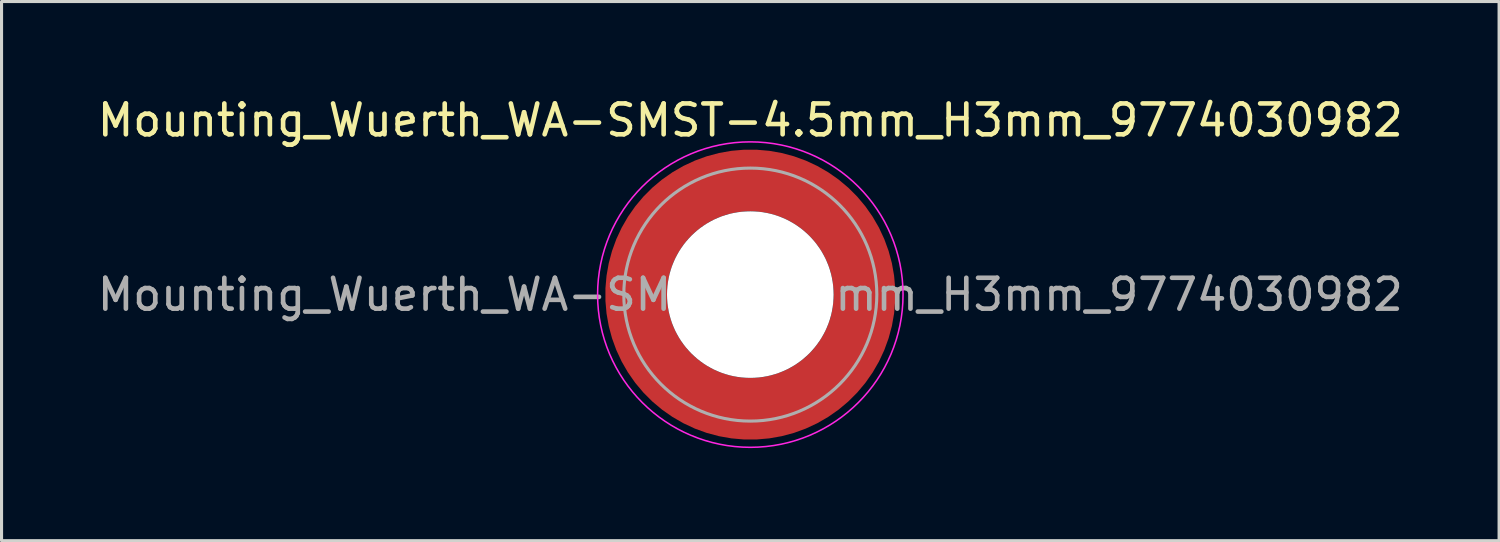
<source format=kicad_pcb>
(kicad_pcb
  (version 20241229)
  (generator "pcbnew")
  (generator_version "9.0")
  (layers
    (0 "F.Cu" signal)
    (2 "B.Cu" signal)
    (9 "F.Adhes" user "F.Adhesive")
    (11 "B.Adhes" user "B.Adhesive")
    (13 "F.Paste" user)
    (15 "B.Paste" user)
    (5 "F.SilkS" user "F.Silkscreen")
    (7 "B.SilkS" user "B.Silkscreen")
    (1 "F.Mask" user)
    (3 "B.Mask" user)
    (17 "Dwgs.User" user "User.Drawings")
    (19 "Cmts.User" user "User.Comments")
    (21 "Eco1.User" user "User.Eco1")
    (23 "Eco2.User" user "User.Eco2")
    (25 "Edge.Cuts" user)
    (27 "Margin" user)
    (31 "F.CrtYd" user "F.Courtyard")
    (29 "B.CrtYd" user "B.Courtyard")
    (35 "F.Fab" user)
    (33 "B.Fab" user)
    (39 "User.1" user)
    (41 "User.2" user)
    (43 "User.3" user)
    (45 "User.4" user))
  (footprint "Mounting_Wuerth_WA-SMST-4.5mm_H3mm_9774030982"
    (layer "F.Cu")
    (at 21.268 6.498)
    (property "Reference" "Mounting_Wuerth_WA-SMST-4.5mm_H3mm_9774030982" (at 0 -5.65 0) (layer "F.SilkS") (effects (font (size 1 1) (thickness 0.15))))
    (attr smd)
    (fp_circle (center 0 0) (end 4.95 0) (stroke (width 0.05) (type solid)) (fill no) (layer "F.CrtYd"))
    (fp_circle (center 0 0) (end 4.1 0) (stroke (width 0.1) (type solid)) (fill no) (layer "F.Fab"))
    (fp_text user "${REFERENCE}" (at 0 0 0) (layer "F.Fab") (effects (font (size 1 1) (thickness 0.15))))
    (pad "" smd custom (at -2.607 -2.607) (size 1.495 1.495) (layers "F.Paste") (options (anchor circle)) (primitives (gr_arc (start -0.188183 2.107456) (mid 0.598928 0.599619) (end 2.106494 -0.188011) (width 0.2)) (gr_arc (start -0.289416 2.107456) (mid 0.528508 0.529033) (end 2.106724 -0.28929) (width 0.2)) (gr_arc (start -0.390547 2.107456) (mid 0.457087 0.459449) (end 2.104161 -0.389996) (width 0.2)) (gr_arc (start -0.491585 2.107456) (mid 0.386415 0.389116) (end 2.103685 -0.490974) (width 0.2)) (gr_arc (start -0.59254 2.107456) (mid 0.31649 0.318035) (end 2.105297 -0.592202) (width 0.2)) (gr_arc (start -0.693419 2.107456) (mid 0.245252 0.248268) (end 2.103239 -0.692777) (width 0.2)) (gr_arc (start -0.794229 2.107456) (mid 0.174636 0.177878) (end 2.102921 -0.793559) (width 0.2)) (gr_arc (start -0.894975 2.107456) (mid 0.104643 0.106866) (end 2.104343 -0.894529) (width 0.2)) (gr_arc (start -0.995664 2.107456) (mid 0.033026 0.037479) (end 2.101219 -0.994793) (width 0.2)) (gr_arc (start -1.0963 2.107456) (mid -0.035789 -0.034714) (end 2.105949 -1.096096) (width 0.2)) (gr_arc (start -1.196886 2.107456) (mid -0.106351 -0.105157) (end 2.105783 -1.196666) (width 0.2)) (gr_arc (start -1.297427 2.107456) (mid -0.176416 -0.176097) (end 2.107009 -1.29737) (width 0.2)) (gr_arc (start -1.397927 2.107456) (mid -0.248476 -0.245042) (end 2.102638 -1.397323) (width 0.2)) (gr_arc (start -1.498388 2.107456) (mid -0.317612 -0.316913) (end 2.106475 -1.498268) (width 0.2)) (gr_arc (start -1.598813 2.107456) (mid -0.388865 -0.386665) (end 2.104366 -1.598444) (width 0.2)) (gr_arc (start -1.699204 2.107456) (mid -0.459747 -0.456787) (end 2.103299 -1.698719) (width 0.2)) (gr_arc (start -1.799565 2.107456) (mid -0.530257 -0.527283) (end 2.103277 -1.799089) (width 0.2)) (gr_arc (start -1.899896 2.107456) (mid -0.600396 -0.59815) (end 2.104299 -1.899545) (width 0.2)) (gr_arc (start -1.899896 2.107456) (mid -0.600396 -0.59815) (end 2.104299 -1.899545) (width 0.2)) (gr_line (start 2.107 -0.188) (end 2.107 -1.9) (width 0.2)) (gr_line (start -0.188 2.107) (end -1.9 2.107) (width 0.2))))
    (pad "" smd custom (at -2.607 2.607) (size 1.495 1.495) (layers "F.Paste") (options (anchor circle)) (primitives (gr_arc (start 2.107456 0.188183) (mid 0.599619 -0.598928) (end -0.188011 -2.106494) (width 0.2)) (gr_arc (start 2.107456 0.289416) (mid 0.529033 -0.528508) (end -0.28929 -2.106724) (width 0.2)) (gr_arc (start 2.107456 0.390547) (mid 0.459449 -0.457087) (end -0.389996 -2.104161) (width 0.2)) (gr_arc (start 2.107456 0.491585) (mid 0.389116 -0.386415) (end -0.490974 -2.103685) (width 0.2)) (gr_arc (start 2.107456 0.59254) (mid 0.318035 -0.31649) (end -0.592202 -2.105297) (width 0.2)) (gr_arc (start 2.107456 0.693419) (mid 0.248268 -0.245252) (end -0.692777 -2.103239) (width 0.2)) (gr_arc (start 2.107456 0.794229) (mid 0.177878 -0.174636) (end -0.793559 -2.102921) (width 0.2)) (gr_arc (start 2.107456 0.894975) (mid 0.106866 -0.104643) (end -0.894529 -2.104343) (width 0.2)) (gr_arc (start 2.107456 0.995664) (mid 0.037479 -0.033026) (end -0.994793 -2.101219) (width 0.2)) (gr_arc (start 2.107456 1.0963) (mid -0.034714 0.035789) (end -1.096096 -2.105949) (width 0.2)) (gr_arc (start 2.107456 1.196886) (mid -0.105157 0.106351) (end -1.196666 -2.105783) (width 0.2)) (gr_arc (start 2.107456 1.297427) (mid -0.176097 0.176416) (end -1.29737 -2.107009) (width 0.2)) (gr_arc (start 2.107456 1.397927) (mid -0.245042 0.248476) (end -1.397323 -2.102638) (width 0.2)) (gr_arc (start 2.107456 1.498388) (mid -0.316913 0.317612) (end -1.498268 -2.106475) (width 0.2)) (gr_arc (start 2.107456 1.598813) (mid -0.386665 0.388865) (end -1.598444 -2.104366) (width 0.2)) (gr_arc (start 2.107456 1.699204) (mid -0.456787 0.459747) (end -1.698719 -2.103299) (width 0.2)) (gr_arc (start 2.107456 1.799565) (mid -0.527283 0.530257) (end -1.799089 -2.103277) (width 0.2)) (gr_arc (start 2.107456 1.899896) (mid -0.59815 0.600396) (end -1.899545 -2.104299) (width 0.2)) (gr_arc (start 2.107456 1.899896) (mid -0.59815 0.600396) (end -1.899545 -2.104299) (width 0.2)) (gr_line (start -0.188 -2.107) (end -1.9 -2.107) (width 0.2)) (gr_line (start 2.107 0.188) (end 2.107 1.9) (width 0.2))))
    (pad "" np_thru_hole circle (at 0 0) (size 5.4 5.4) (drill 5.4) (layers "*.Cu" "*.Mask"))
    (pad "" smd custom (at 2.607 -2.607) (size 1.495 1.495) (layers "F.Paste") (options (anchor circle)) (primitives (gr_arc (start -2.107456 -0.188183) (mid -0.599619 0.598928) (end 0.188011 2.106494) (width 0.2)) (gr_arc (start -2.107456 -0.289416) (mid -0.529033 0.528508) (end 0.28929 2.106724) (width 0.2)) (gr_arc (start -2.107456 -0.390547) (mid -0.459449 0.457087) (end 0.389996 2.104161) (width 0.2)) (gr_arc (start -2.107456 -0.491585) (mid -0.389116 0.386415) (end 0.490974 2.103685) (width 0.2)) (gr_arc (start -2.107456 -0.59254) (mid -0.318035 0.31649) (end 0.592202 2.105297) (width 0.2)) (gr_arc (start -2.107456 -0.693419) (mid -0.248268 0.245252) (end 0.692777 2.103239) (width 0.2)) (gr_arc (start -2.107456 -0.794229) (mid -0.177878 0.174636) (end 0.793559 2.102921) (width 0.2)) (gr_arc (start -2.107456 -0.894975) (mid -0.106866 0.104643) (end 0.894529 2.104343) (width 0.2)) (gr_arc (start -2.107456 -0.995664) (mid -0.037479 0.033026) (end 0.994793 2.101219) (width 0.2)) (gr_arc (start -2.107456 -1.0963) (mid 0.034714 -0.035789) (end 1.096096 2.105949) (width 0.2)) (gr_arc (start -2.107456 -1.196886) (mid 0.105157 -0.106351) (end 1.196666 2.105783) (width 0.2)) (gr_arc (start -2.107456 -1.297427) (mid 0.176097 -0.176416) (end 1.29737 2.107009) (width 0.2)) (gr_arc (start -2.107456 -1.397927) (mid 0.245042 -0.248476) (end 1.397323 2.102638) (width 0.2)) (gr_arc (start -2.107456 -1.498388) (mid 0.316913 -0.317612) (end 1.498268 2.106475) (width 0.2)) (gr_arc (start -2.107456 -1.598813) (mid 0.386665 -0.388865) (end 1.598444 2.104366) (width 0.2)) (gr_arc (start -2.107456 -1.699204) (mid 0.456787 -0.459747) (end 1.698719 2.103299) (width 0.2)) (gr_arc (start -2.107456 -1.799565) (mid 0.527283 -0.530257) (end 1.799089 2.103277) (width 0.2)) (gr_arc (start -2.107456 -1.899896) (mid 0.59815 -0.600396) (end 1.899545 2.104299) (width 0.2)) (gr_arc (start -2.107456 -1.899896) (mid 0.59815 -0.600396) (end 1.899545 2.104299) (width 0.2)) (gr_line (start 0.188 2.107) (end 1.9 2.107) (width 0.2)) (gr_line (start -2.107 -0.188) (end -2.107 -1.9) (width 0.2))))
    (pad "" smd custom (at 2.607 2.607) (size 1.495 1.495) (layers "F.Paste") (options (anchor circle)) (primitives (gr_arc (start 0.188183 -2.107456) (mid -0.598928 -0.599619) (end -2.106494 0.188011) (width 0.2)) (gr_arc (start 0.289416 -2.107456) (mid -0.528508 -0.529033) (end -2.106724 0.28929) (width 0.2)) (gr_arc (start 0.390547 -2.107456) (mid -0.457087 -0.459449) (end -2.104161 0.389996) (width 0.2)) (gr_arc (start 0.491585 -2.107456) (mid -0.386415 -0.389116) (end -2.103685 0.490974) (width 0.2)) (gr_arc (start 0.59254 -2.107456) (mid -0.31649 -0.318035) (end -2.105297 0.592202) (width 0.2)) (gr_arc (start 0.693419 -2.107456) (mid -0.245252 -0.248268) (end -2.103239 0.692777) (width 0.2)) (gr_arc (start 0.794229 -2.107456) (mid -0.174636 -0.177878) (end -2.102921 0.793559) (width 0.2)) (gr_arc (start 0.894975 -2.107456) (mid -0.104643 -0.106866) (end -2.104343 0.894529) (width 0.2)) (gr_arc (start 0.995664 -2.107456) (mid -0.033026 -0.037479) (end -2.101219 0.994793) (width 0.2)) (gr_arc (start 1.0963 -2.107456) (mid 0.035789 0.034714) (end -2.105949 1.096096) (width 0.2)) (gr_arc (start 1.196886 -2.107456) (mid 0.106351 0.105157) (end -2.105783 1.196666) (width 0.2)) (gr_arc (start 1.297427 -2.107456) (mid 0.176416 0.176097) (end -2.107009 1.29737) (width 0.2)) (gr_arc (start 1.397927 -2.107456) (mid 0.248476 0.245042) (end -2.102638 1.397323) (width 0.2)) (gr_arc (start 1.498388 -2.107456) (mid 0.317612 0.316913) (end -2.106475 1.498268) (width 0.2)) (gr_arc (start 1.598813 -2.107456) (mid 0.388865 0.386665) (end -2.104366 1.598444) (width 0.2)) (gr_arc (start 1.699204 -2.107456) (mid 0.459747 0.456787) (end -2.103299 1.698719) (width 0.2)) (gr_arc (start 1.799565 -2.107456) (mid 0.530257 0.527283) (end -2.103277 1.799089) (width 0.2)) (gr_arc (start 1.899896 -2.107456) (mid 0.600396 0.59815) (end -2.104299 1.899545) (width 0.2)) (gr_arc (start 1.899896 -2.107456) (mid 0.600396 0.59815) (end -2.104299 1.899545) (width 0.2)) (gr_line (start -2.107 0.188) (end -2.107 1.9) (width 0.2)) (gr_line (start 0.188 -2.107) (end 1.9 -2.107) (width 0.2))))
    (pad "1" smd circle (at -3.7 0) (size 1.6 1.6) (layers "F.Cu"))
    (pad "1" smd circle (at 0 -3.7) (size 1.6 1.6) (layers "F.Cu"))
    (pad "1" smd circle (at 0 3.7) (size 1.6 1.6) (layers "F.Cu"))
    (pad "1" smd custom (at 3.7 0) (size 1.6 1.6) (layers "F.Cu" "F.Mask") (options (anchor circle)) (primitives (gr_circle (center -3.7 0) (end 0 0) (width 2) (fill no)))))
  (gr_rect
    (start -3 -3)
    (end 45.536 14.473)
    (stroke (width 0.1) (type default))
    (fill no)
    (layer "Edge.Cuts")))
</source>
